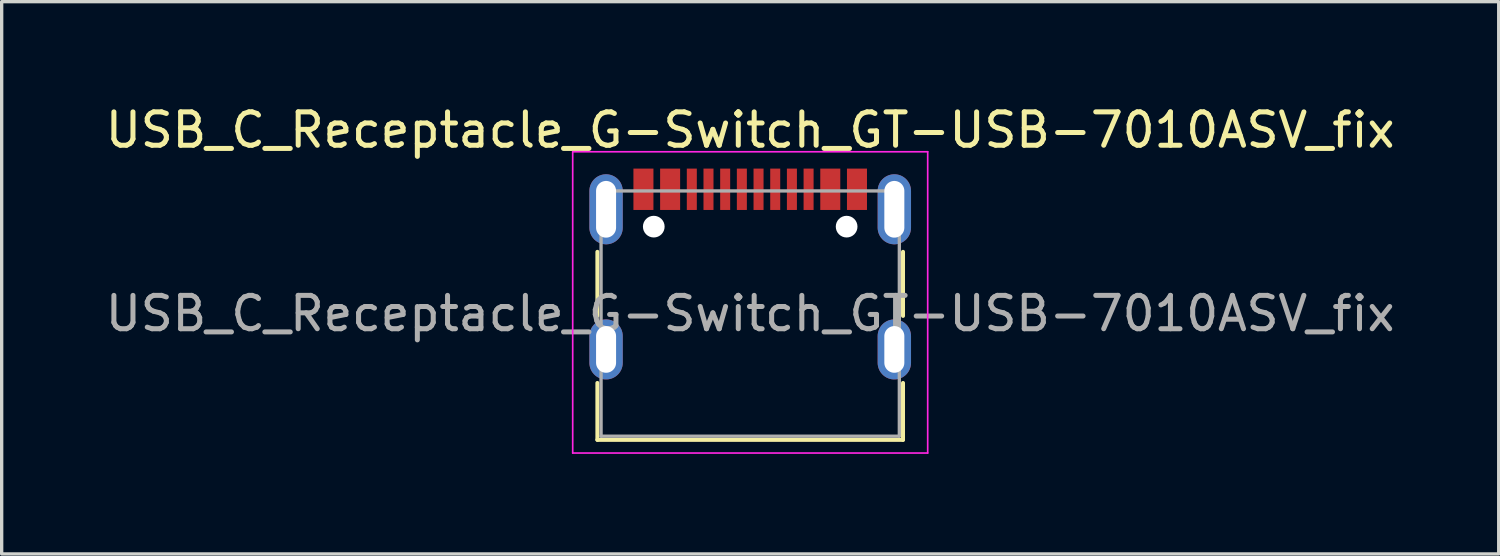
<source format=kicad_pcb>
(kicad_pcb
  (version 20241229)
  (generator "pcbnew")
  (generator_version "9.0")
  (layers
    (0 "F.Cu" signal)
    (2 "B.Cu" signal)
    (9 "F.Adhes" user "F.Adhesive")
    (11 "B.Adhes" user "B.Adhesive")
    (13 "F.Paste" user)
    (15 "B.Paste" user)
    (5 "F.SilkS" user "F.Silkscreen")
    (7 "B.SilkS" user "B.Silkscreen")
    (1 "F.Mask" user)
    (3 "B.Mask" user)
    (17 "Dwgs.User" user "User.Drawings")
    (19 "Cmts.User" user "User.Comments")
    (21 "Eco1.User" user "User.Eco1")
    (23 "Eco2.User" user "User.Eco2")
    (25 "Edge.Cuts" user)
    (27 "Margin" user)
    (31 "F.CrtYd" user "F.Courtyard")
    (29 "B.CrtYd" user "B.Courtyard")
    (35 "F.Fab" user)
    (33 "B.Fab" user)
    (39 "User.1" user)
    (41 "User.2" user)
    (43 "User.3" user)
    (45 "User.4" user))
  (footprint "USB_C_Receptacle_G-Switch_GT-USB-7010ASV_fix"
    (layer "F.Cu")
    (at 19.435 6.348)
    (property "Reference" "USB_C_Receptacle_G-Switch_GT-USB-7010ASV_fix" (at 0 -5.5 0) (layer "F.SilkS") (effects (font (size 1 1) (thickness 0.15))))
    (attr smd)
    (fp_line (start -4.58 -1.85) (end -4.58 0.07) (stroke (width 0.12) (type solid)) (layer "F.SilkS"))
    (fp_line (start -4.58 3.785) (end -4.58 2.08) (stroke (width 0.12) (type solid)) (layer "F.SilkS"))
    (fp_line (start 4.58 0.07) (end 4.58 -1.85) (stroke (width 0.12) (type solid)) (layer "F.SilkS"))
    (fp_line (start 4.58 2.08) (end 4.58 3.785) (stroke (width 0.12) (type solid)) (layer "F.SilkS"))
    (fp_line (start 4.58 3.785) (end -4.58 3.785) (stroke (width 0.12) (type solid)) (layer "F.SilkS"))
    (fp_line (start -5.32 -4.85) (end 5.32 -4.85) (stroke (width 0.05) (type solid)) (layer "F.CrtYd"))
    (fp_line (start -5.32 4.18) (end -5.32 -4.85) (stroke (width 0.05) (type solid)) (layer "F.CrtYd"))
    (fp_line (start 5.32 -4.85) (end 5.32 4.18) (stroke (width 0.05) (type solid)) (layer "F.CrtYd"))
    (fp_line (start 5.32 4.18) (end -5.32 4.18) (stroke (width 0.05) (type solid)) (layer "F.CrtYd"))
    (fp_line (start -4.47 -3.675) (end -4.47 3.675) (stroke (width 0.1) (type solid)) (layer "F.Fab"))
    (fp_line (start -4.47 -3.675) (end 4.47 -3.675) (stroke (width 0.1) (type solid)) (layer "F.Fab"))
    (fp_line (start -4.47 3.675) (end 4.47 3.675) (stroke (width 0.1) (type solid)) (layer "F.Fab"))
    (fp_line (start 4.47 3.675) (end 4.47 -3.675) (stroke (width 0.1) (type solid)) (layer "F.Fab"))
    (fp_text user "${REFERENCE}" (at 0 0 0) (layer "F.Fab") (effects (font (size 1 1) (thickness 0.15))))
    (pad "" np_thru_hole circle (at -2.89 -2.605) (size 0.65 0.65) (drill 0.65) (layers "*.Cu" "*.Mask"))
    (pad "" np_thru_hole circle (at 2.89 -2.605) (size 0.65 0.65) (drill 0.65) (layers "*.Cu" "*.Mask"))
    (pad "A5" smd rect (at -1.25 -3.725) (size 0.3 1.24) (layers "F.Cu" "F.Mask" "F.Paste"))
    (pad "A6" smd rect (at -0.25 -3.725) (size 0.3 1.24) (layers "F.Cu" "F.Mask" "F.Paste"))
    (pad "A7" smd rect (at 0.25 -3.725) (size 0.3 1.24) (layers "F.Cu" "F.Mask" "F.Paste"))
    (pad "A8" smd rect (at 1.25 -3.725) (size 0.3 1.24) (layers "F.Cu" "F.Mask" "F.Paste"))
    (pad "A9" smd rect (at 2.4 -3.725) (size 0.6 1.24) (layers "F.Cu" "F.Mask" "F.Paste"))
    (pad "A12" smd rect (at 3.2 -3.725) (size 0.6 1.24) (layers "F.Cu" "F.Mask" "F.Paste"))
    (pad "B5" smd rect (at 1.75 -3.725) (size 0.3 1.24) (layers "F.Cu" "F.Mask" "F.Paste"))
    (pad "B6" smd rect (at 0.75 -3.725) (size 0.3 1.24) (layers "F.Cu" "F.Mask" "F.Paste"))
    (pad "B7" smd rect (at -0.75 -3.725) (size 0.3 1.24) (layers "F.Cu" "F.Mask" "F.Paste"))
    (pad "B8" smd rect (at -1.75 -3.725) (size 0.3 1.24) (layers "F.Cu" "F.Mask" "F.Paste"))
    (pad "B9" smd rect (at -2.4 -3.725) (size 0.6 1.24) (layers "F.Cu" "F.Mask" "F.Paste"))
    (pad "B12" smd rect (at -3.2 -3.725) (size 0.6 1.24) (layers "F.Cu" "F.Mask" "F.Paste"))
    (pad "S1" thru_hole oval (at -4.32 -3.125) (size 1 2.1) (drill oval 0.6 1.7) (layers "*.Cu" "*.Mask"))
    (pad "S1" thru_hole oval (at -4.32 1.075) (size 1 1.8) (drill oval 0.6 1.4) (layers "*.Cu" "*.Mask"))
    (pad "S1" thru_hole oval (at 4.32 -3.125) (size 1 2.1) (drill oval 0.6 1.7) (layers "*.Cu" "*.Mask"))
    (pad "S1" thru_hole oval (at 4.32 1.075) (size 1 1.8) (drill oval 0.6 1.4) (layers "*.Cu" "*.Mask")))
  (gr_rect
    (start -3 -3)
    (end 41.869 13.553)
    (stroke (width 0.1) (type default))
    (fill no)
    (layer "Edge.Cuts")))
</source>
